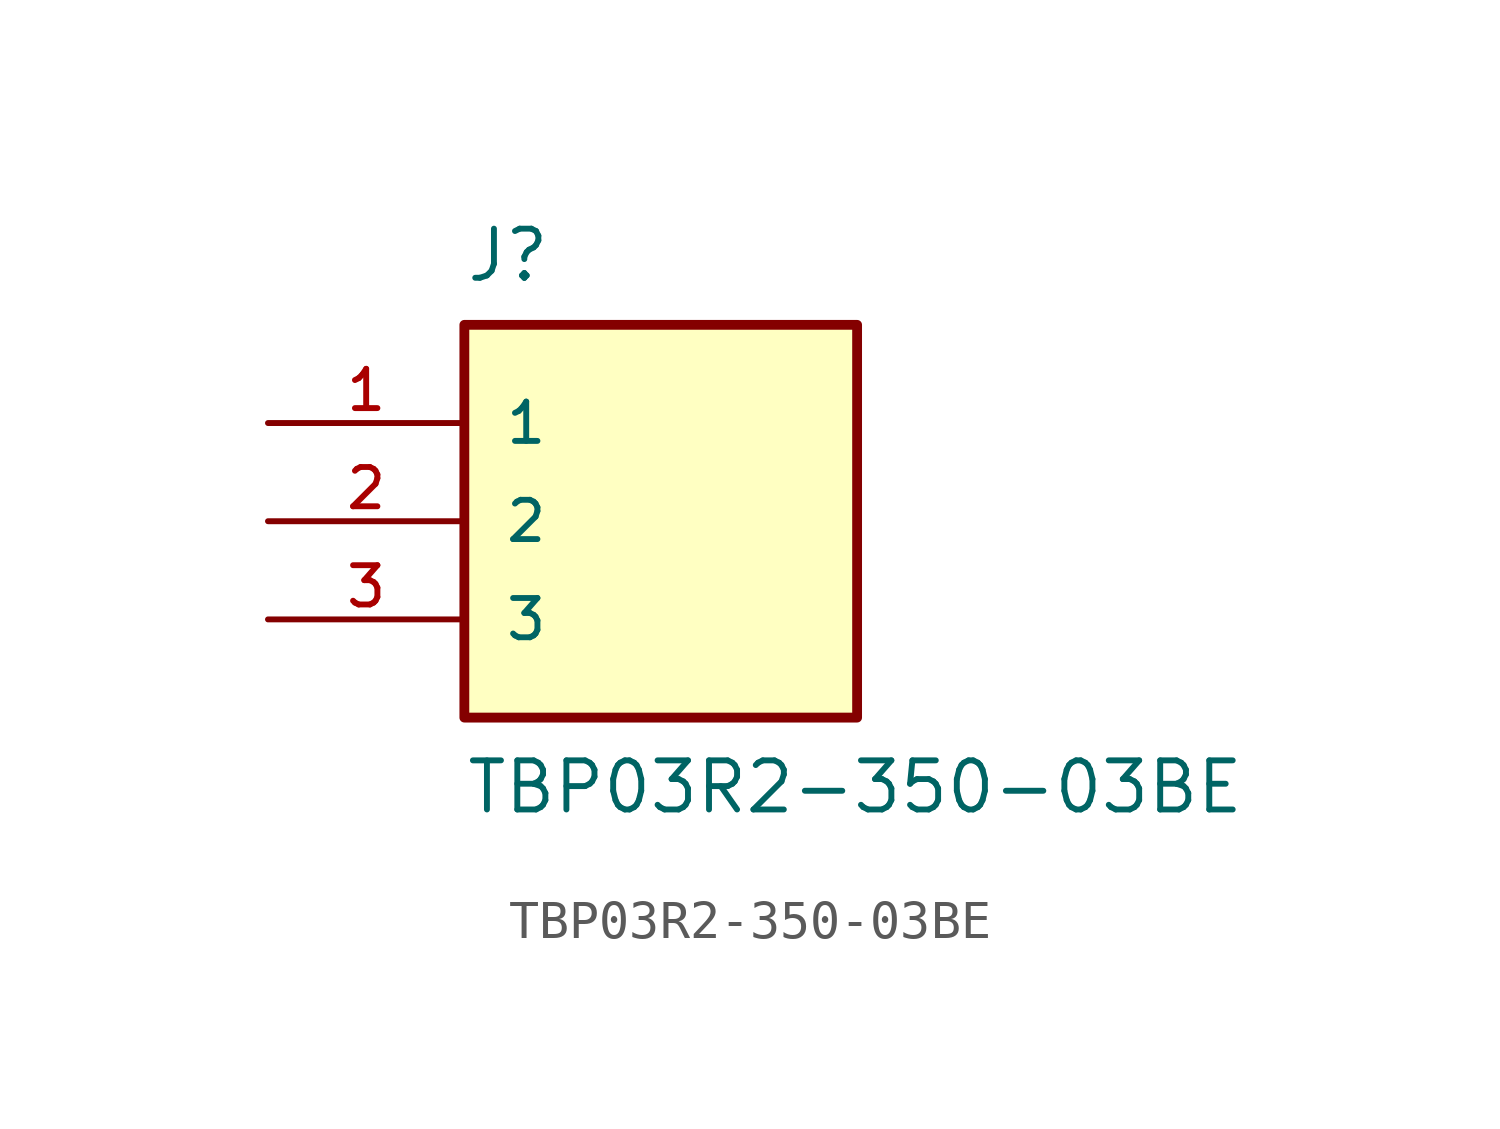
<source format=kicad_sym>
(kicad_symbol_lib
  (version 20211014)
  (generator kicad_symbol_editor)
  (symbol "TBP03R2-350-03BE"
    (pin_names
      (offset 1.016))
    (property "Reference" "J"
      (at -5.08 7.62 0)
      (effects (font (size 1.27 1.27)) (justify top left)))
    (property "Value" "TBP03R2-350-03BE"
      (at -5.08 -7.62 0)
      (effects (font (size 1.27 1.27)) (justify bottom left)))
    (symbol "TBP03R2-350-03BE_0_0"
      (rectangle (start -5.08 -5.08) (end 5.08 5.08) (stroke (width 0.254)) (fill (type background)))
      (pin passive line (at -10.16 2.54 0) (length 5.08) (name "1" (effects (font (size 1.016 1.016)))) (number "1" (effects (font (size 1.016 1.016)))))
      (pin passive line (at -10.16 0.0 0) (length 5.08) (name "2" (effects (font (size 1.016 1.016)))) (number "2" (effects (font (size 1.016 1.016)))))
      (pin passive line (at -10.16 -2.54 0) (length 5.08) (name "3" (effects (font (size 1.016 1.016)))) (number "3" (effects (font (size 1.016 1.016))))))))
</source>
